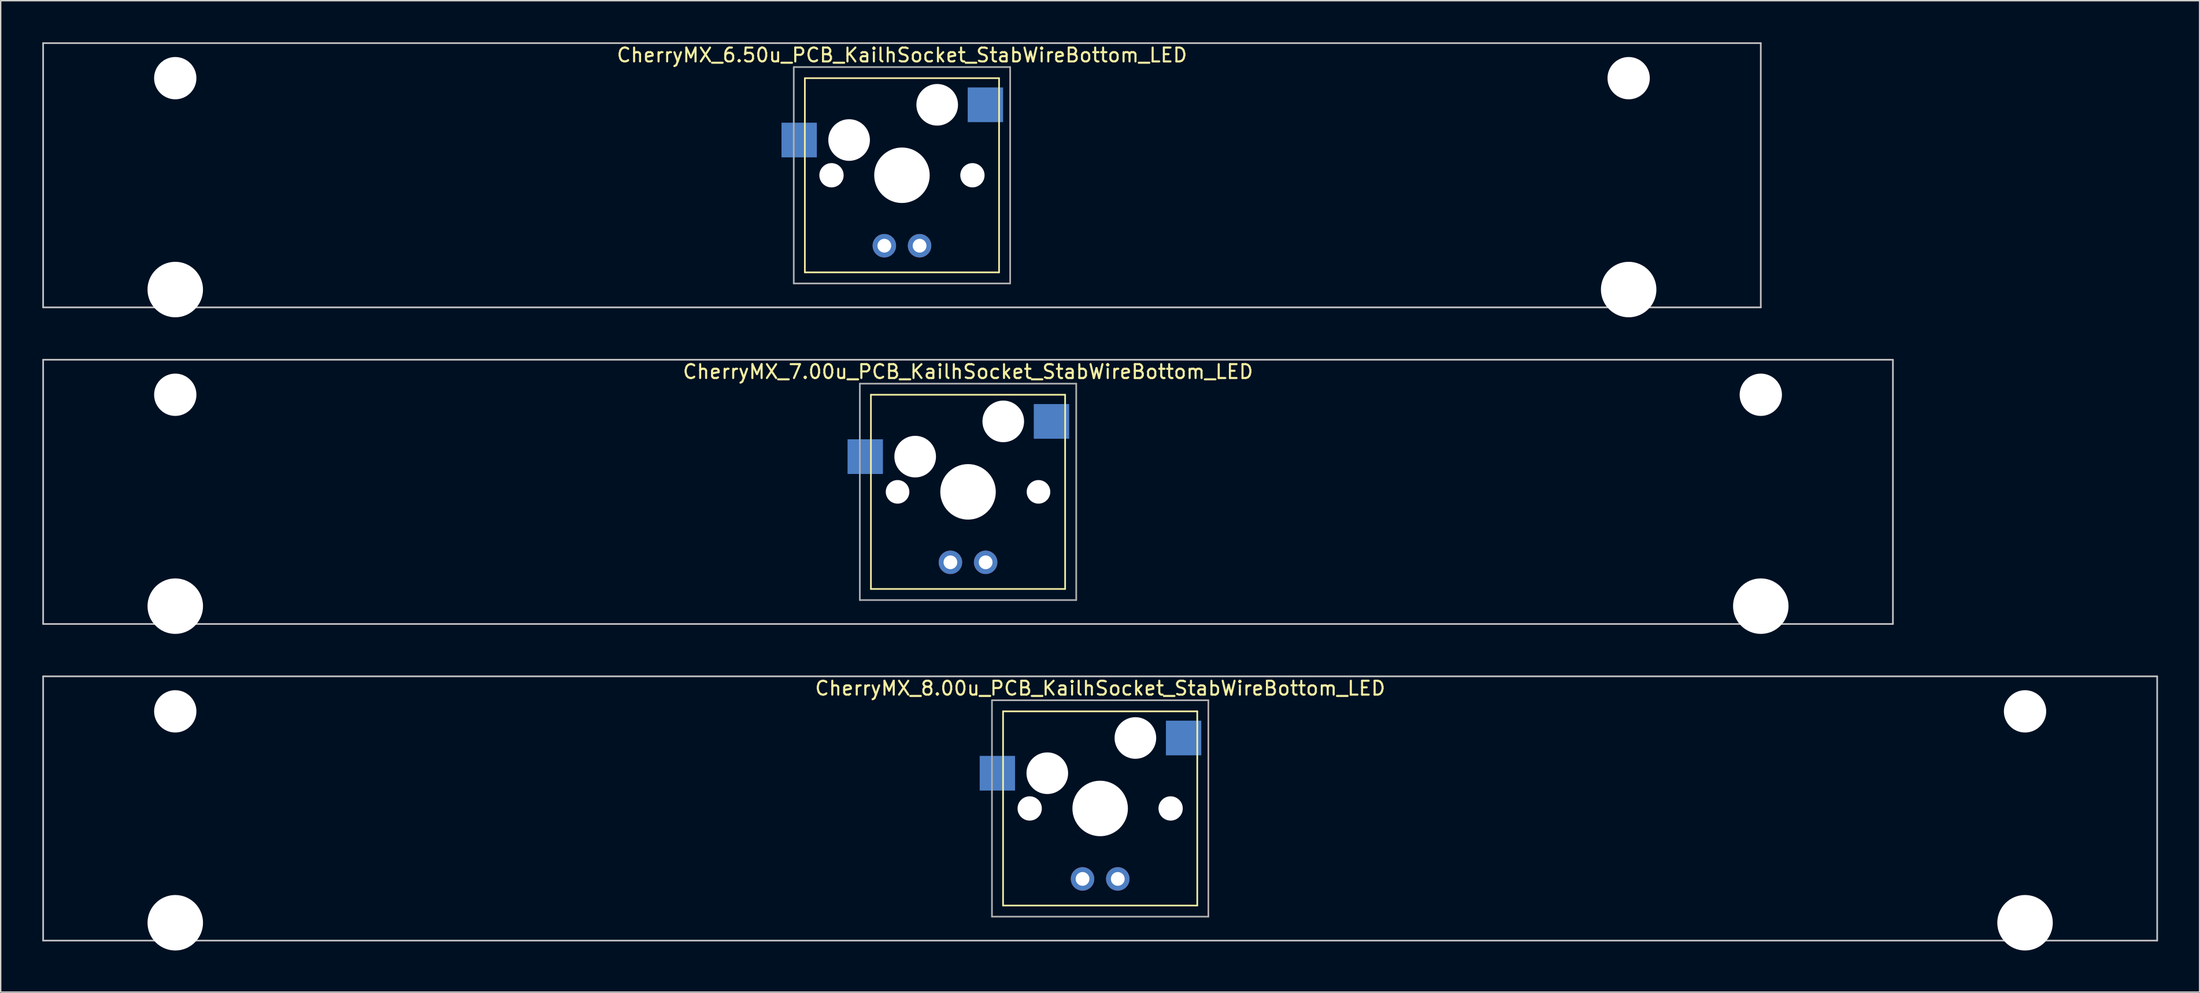
<source format=kicad_pcb>
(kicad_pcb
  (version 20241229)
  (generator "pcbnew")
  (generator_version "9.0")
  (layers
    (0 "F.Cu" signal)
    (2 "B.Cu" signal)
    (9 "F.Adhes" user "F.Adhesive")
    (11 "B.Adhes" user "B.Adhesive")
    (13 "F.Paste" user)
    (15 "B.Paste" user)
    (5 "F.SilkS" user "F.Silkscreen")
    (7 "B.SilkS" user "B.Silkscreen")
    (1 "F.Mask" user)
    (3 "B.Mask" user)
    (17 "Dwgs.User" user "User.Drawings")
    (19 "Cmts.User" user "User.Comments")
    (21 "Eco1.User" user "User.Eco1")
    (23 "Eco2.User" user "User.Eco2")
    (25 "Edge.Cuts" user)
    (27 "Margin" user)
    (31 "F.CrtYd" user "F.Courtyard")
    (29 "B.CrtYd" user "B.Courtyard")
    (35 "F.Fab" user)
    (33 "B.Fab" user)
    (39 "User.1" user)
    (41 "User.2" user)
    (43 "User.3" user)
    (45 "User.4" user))
  (footprint "CherryMX_8.00u_PCB_KailhSocket_StabWireBottom_LED"
    (layer "F.Cu")
    (at 76.26 55.235)
    (property "Reference" "CherryMX_8.00u_PCB_KailhSocket_StabWireBottom_LED" (at 0 -8.662 0) (layer "F.SilkS") (effects (font (size 1 1) (thickness 0.15))))
    (attr through_hole)
    (fp_line (start -7 -7) (end -7 7) (stroke (width 0.12) (type solid)) (layer "F.SilkS"))
    (fp_line (start -7 -7) (end 7 -7) (stroke (width 0.12) (type solid)) (layer "F.SilkS"))
    (fp_line (start 7 -7) (end 7 7) (stroke (width 0.12) (type solid)) (layer "F.SilkS"))
    (fp_line (start 7 7) (end -7 7) (stroke (width 0.12) (type solid)) (layer "F.SilkS"))
    (fp_line (start -76.2 -9.525) (end 76.2 -9.525) (stroke (width 0.12) (type solid)) (layer "Dwgs.User"))
    (fp_line (start -76.2 9.525) (end -76.2 -9.525) (stroke (width 0.12) (type solid)) (layer "Dwgs.User"))
    (fp_line (start 76.2 -9.525) (end 76.2 9.525) (stroke (width 0.12) (type solid)) (layer "Dwgs.User"))
    (fp_line (start 76.2 9.525) (end -76.2 9.525) (stroke (width 0.12) (type solid)) (layer "Dwgs.User"))
    (fp_line (start -7.8 -7.8) (end -7.8 7.8) (stroke (width 0.12) (type solid)) (layer "F.Fab"))
    (fp_line (start -7.8 -7.8) (end 7.8 -7.8) (stroke (width 0.12) (type solid)) (layer "F.Fab"))
    (fp_line (start -7.8 7.8) (end 7.8 7.8) (stroke (width 0.12) (type solid)) (layer "F.Fab"))
    (fp_line (start 7.8 -7.8) (end 7.8 7.8) (stroke (width 0.12) (type solid)) (layer "F.Fab"))
    (pad "" np_thru_hole circle (at -66.675 -7) (size 3.05 3.05) (drill 3.05) (layers "*.Cu" "*.Mask"))
    (pad "" np_thru_hole circle (at -66.675 8.24) (size 4 4) (drill 4) (layers "*.Cu" "*.Mask"))
    (pad "" np_thru_hole circle (at -5.08 0) (size 1.75 1.75) (drill 1.75) (layers "*.Cu" "*.Mask"))
    (pad "" np_thru_hole circle (at -3.81 -2.54) (size 3 3) (drill 3) (layers "*.Cu" "*.Mask"))
    (pad "" np_thru_hole circle (at 0 0) (size 4 4) (drill 4) (layers "*.Cu" "*.Mask"))
    (pad "" np_thru_hole circle (at 2.54 -5.08) (size 3 3) (drill 3) (layers "*.Cu" "*.Mask"))
    (pad "" np_thru_hole circle (at 5.08 0) (size 1.75 1.75) (drill 1.75) (layers "*.Cu" "*.Mask"))
    (pad "" np_thru_hole circle (at 66.675 -7) (size 3.05 3.05) (drill 3.05) (layers "*.Cu" "*.Mask"))
    (pad "" np_thru_hole circle (at 66.675 8.24) (size 4 4) (drill 4) (layers "*.Cu" "*.Mask"))
    (pad "1" smd rect (at -7.41 -2.54) (size 2.55 2.5) (layers "B.Cu" "B.Mask" "B.Paste"))
    (pad "2" smd rect (at 6.015 -5.08) (size 2.55 2.5) (layers "B.Cu" "B.Mask" "B.Paste"))
    (pad "3" thru_hole circle (at -1.27 5.08) (size 1.691 1.691) (drill 0.991) (layers "*.Cu" "*.Mask"))
    (pad "4" thru_hole circle (at 1.27 5.08) (size 1.691 1.691) (drill 0.991) (layers "*.Cu" "*.Mask")))
  (footprint "CherryMX_6.50u_PCB_KailhSocket_StabWireBottom_LED"
    (layer "F.Cu")
    (at 61.972 9.585)
    (property "Reference" "CherryMX_6.50u_PCB_KailhSocket_StabWireBottom_LED" (at 0 -8.662 0) (layer "F.SilkS") (effects (font (size 1 1) (thickness 0.15))))
    (attr through_hole)
    (fp_line (start -7 -7) (end -7 7) (stroke (width 0.12) (type solid)) (layer "F.SilkS"))
    (fp_line (start -7 -7) (end 7 -7) (stroke (width 0.12) (type solid)) (layer "F.SilkS"))
    (fp_line (start 7 -7) (end 7 7) (stroke (width 0.12) (type solid)) (layer "F.SilkS"))
    (fp_line (start 7 7) (end -7 7) (stroke (width 0.12) (type solid)) (layer "F.SilkS"))
    (fp_line (start -61.913 -9.525) (end 61.913 -9.525) (stroke (width 0.12) (type solid)) (layer "Dwgs.User"))
    (fp_line (start -61.913 9.525) (end -61.913 -9.525) (stroke (width 0.12) (type solid)) (layer "Dwgs.User"))
    (fp_line (start 61.913 -9.525) (end 61.913 9.525) (stroke (width 0.12) (type solid)) (layer "Dwgs.User"))
    (fp_line (start 61.913 9.525) (end -61.913 9.525) (stroke (width 0.12) (type solid)) (layer "Dwgs.User"))
    (fp_line (start -7.8 -7.8) (end -7.8 7.8) (stroke (width 0.12) (type solid)) (layer "F.Fab"))
    (fp_line (start -7.8 -7.8) (end 7.8 -7.8) (stroke (width 0.12) (type solid)) (layer "F.Fab"))
    (fp_line (start -7.8 7.8) (end 7.8 7.8) (stroke (width 0.12) (type solid)) (layer "F.Fab"))
    (fp_line (start 7.8 -7.8) (end 7.8 7.8) (stroke (width 0.12) (type solid)) (layer "F.Fab"))
    (pad "" np_thru_hole circle (at -52.388 -7) (size 3.05 3.05) (drill 3.05) (layers "*.Cu" "*.Mask"))
    (pad "" np_thru_hole circle (at -52.388 8.24) (size 4 4) (drill 4) (layers "*.Cu" "*.Mask"))
    (pad "" np_thru_hole circle (at -5.08 0) (size 1.75 1.75) (drill 1.75) (layers "*.Cu" "*.Mask"))
    (pad "" np_thru_hole circle (at -3.81 -2.54) (size 3 3) (drill 3) (layers "*.Cu" "*.Mask"))
    (pad "" np_thru_hole circle (at 0 0) (size 4 4) (drill 4) (layers "*.Cu" "*.Mask"))
    (pad "" np_thru_hole circle (at 2.54 -5.08) (size 3 3) (drill 3) (layers "*.Cu" "*.Mask"))
    (pad "" np_thru_hole circle (at 5.08 0) (size 1.75 1.75) (drill 1.75) (layers "*.Cu" "*.Mask"))
    (pad "" np_thru_hole circle (at 52.388 -7) (size 3.05 3.05) (drill 3.05) (layers "*.Cu" "*.Mask"))
    (pad "" np_thru_hole circle (at 52.388 8.24) (size 4 4) (drill 4) (layers "*.Cu" "*.Mask"))
    (pad "1" smd rect (at -7.41 -2.54) (size 2.55 2.5) (layers "B.Cu" "B.Mask" "B.Paste"))
    (pad "2" smd rect (at 6.015 -5.08) (size 2.55 2.5) (layers "B.Cu" "B.Mask" "B.Paste"))
    (pad "3" thru_hole circle (at -1.27 5.08) (size 1.691 1.691) (drill 0.991) (layers "*.Cu" "*.Mask"))
    (pad "4" thru_hole circle (at 1.27 5.08) (size 1.691 1.691) (drill 0.991) (layers "*.Cu" "*.Mask")))
  (footprint "CherryMX_7.00u_PCB_KailhSocket_StabWireBottom_LED"
    (layer "F.Cu")
    (at 66.735 32.41)
    (property "Reference" "CherryMX_7.00u_PCB_KailhSocket_StabWireBottom_LED" (at 0 -8.662 0) (layer "F.SilkS") (effects (font (size 1 1) (thickness 0.15))))
    (attr through_hole)
    (fp_line (start -7 -7) (end -7 7) (stroke (width 0.12) (type solid)) (layer "F.SilkS"))
    (fp_line (start -7 -7) (end 7 -7) (stroke (width 0.12) (type solid)) (layer "F.SilkS"))
    (fp_line (start 7 -7) (end 7 7) (stroke (width 0.12) (type solid)) (layer "F.SilkS"))
    (fp_line (start 7 7) (end -7 7) (stroke (width 0.12) (type solid)) (layer "F.SilkS"))
    (fp_line (start -66.675 -9.525) (end 66.675 -9.525) (stroke (width 0.12) (type solid)) (layer "Dwgs.User"))
    (fp_line (start -66.675 9.525) (end -66.675 -9.525) (stroke (width 0.12) (type solid)) (layer "Dwgs.User"))
    (fp_line (start 66.675 -9.525) (end 66.675 9.525) (stroke (width 0.12) (type solid)) (layer "Dwgs.User"))
    (fp_line (start 66.675 9.525) (end -66.675 9.525) (stroke (width 0.12) (type solid)) (layer "Dwgs.User"))
    (fp_line (start -7.8 -7.8) (end -7.8 7.8) (stroke (width 0.12) (type solid)) (layer "F.Fab"))
    (fp_line (start -7.8 -7.8) (end 7.8 -7.8) (stroke (width 0.12) (type solid)) (layer "F.Fab"))
    (fp_line (start -7.8 7.8) (end 7.8 7.8) (stroke (width 0.12) (type solid)) (layer "F.Fab"))
    (fp_line (start 7.8 -7.8) (end 7.8 7.8) (stroke (width 0.12) (type solid)) (layer "F.Fab"))
    (pad "" np_thru_hole circle (at -57.15 -7) (size 3.05 3.05) (drill 3.05) (layers "*.Cu" "*.Mask"))
    (pad "" np_thru_hole circle (at -57.15 8.24) (size 4 4) (drill 4) (layers "*.Cu" "*.Mask"))
    (pad "" np_thru_hole circle (at -5.08 0) (size 1.7 1.7) (drill 1.7) (layers "*.Cu" "*.Mask"))
    (pad "" np_thru_hole circle (at -3.81 -2.54) (size 3 3) (drill 3) (layers "*.Cu" "*.Mask"))
    (pad "" np_thru_hole circle (at 0 0) (size 4 4) (drill 4) (layers "*.Cu" "*.Mask"))
    (pad "" np_thru_hole circle (at 2.54 -5.08) (size 3 3) (drill 3) (layers "*.Cu" "*.Mask"))
    (pad "" np_thru_hole circle (at 5.08 0) (size 1.7 1.7) (drill 1.7) (layers "*.Cu" "*.Mask"))
    (pad "" np_thru_hole circle (at 57.15 -7) (size 3.05 3.05) (drill 3.05) (layers "*.Cu" "*.Mask"))
    (pad "" np_thru_hole circle (at 57.15 8.24) (size 4 4) (drill 4) (layers "*.Cu" "*.Mask"))
    (pad "1" smd rect (at -7.41 -2.54) (size 2.55 2.5) (layers "B.Cu" "B.Mask" "B.Paste"))
    (pad "2" smd rect (at 6.015 -5.08) (size 2.55 2.5) (layers "B.Cu" "B.Mask" "B.Paste"))
    (pad "3" thru_hole circle (at -1.27 5.08) (size 1.691 1.691) (drill 0.991) (layers "*.Cu" "*.Mask"))
    (pad "4" thru_hole circle (at 1.27 5.08) (size 1.691 1.691) (drill 0.991) (layers "*.Cu" "*.Mask")))
  (gr_rect
    (start -3 -3)
    (end 155.52 68.475)
    (stroke (width 0.1) (type default))
    (fill no)
    (layer "Edge.Cuts")))
</source>
